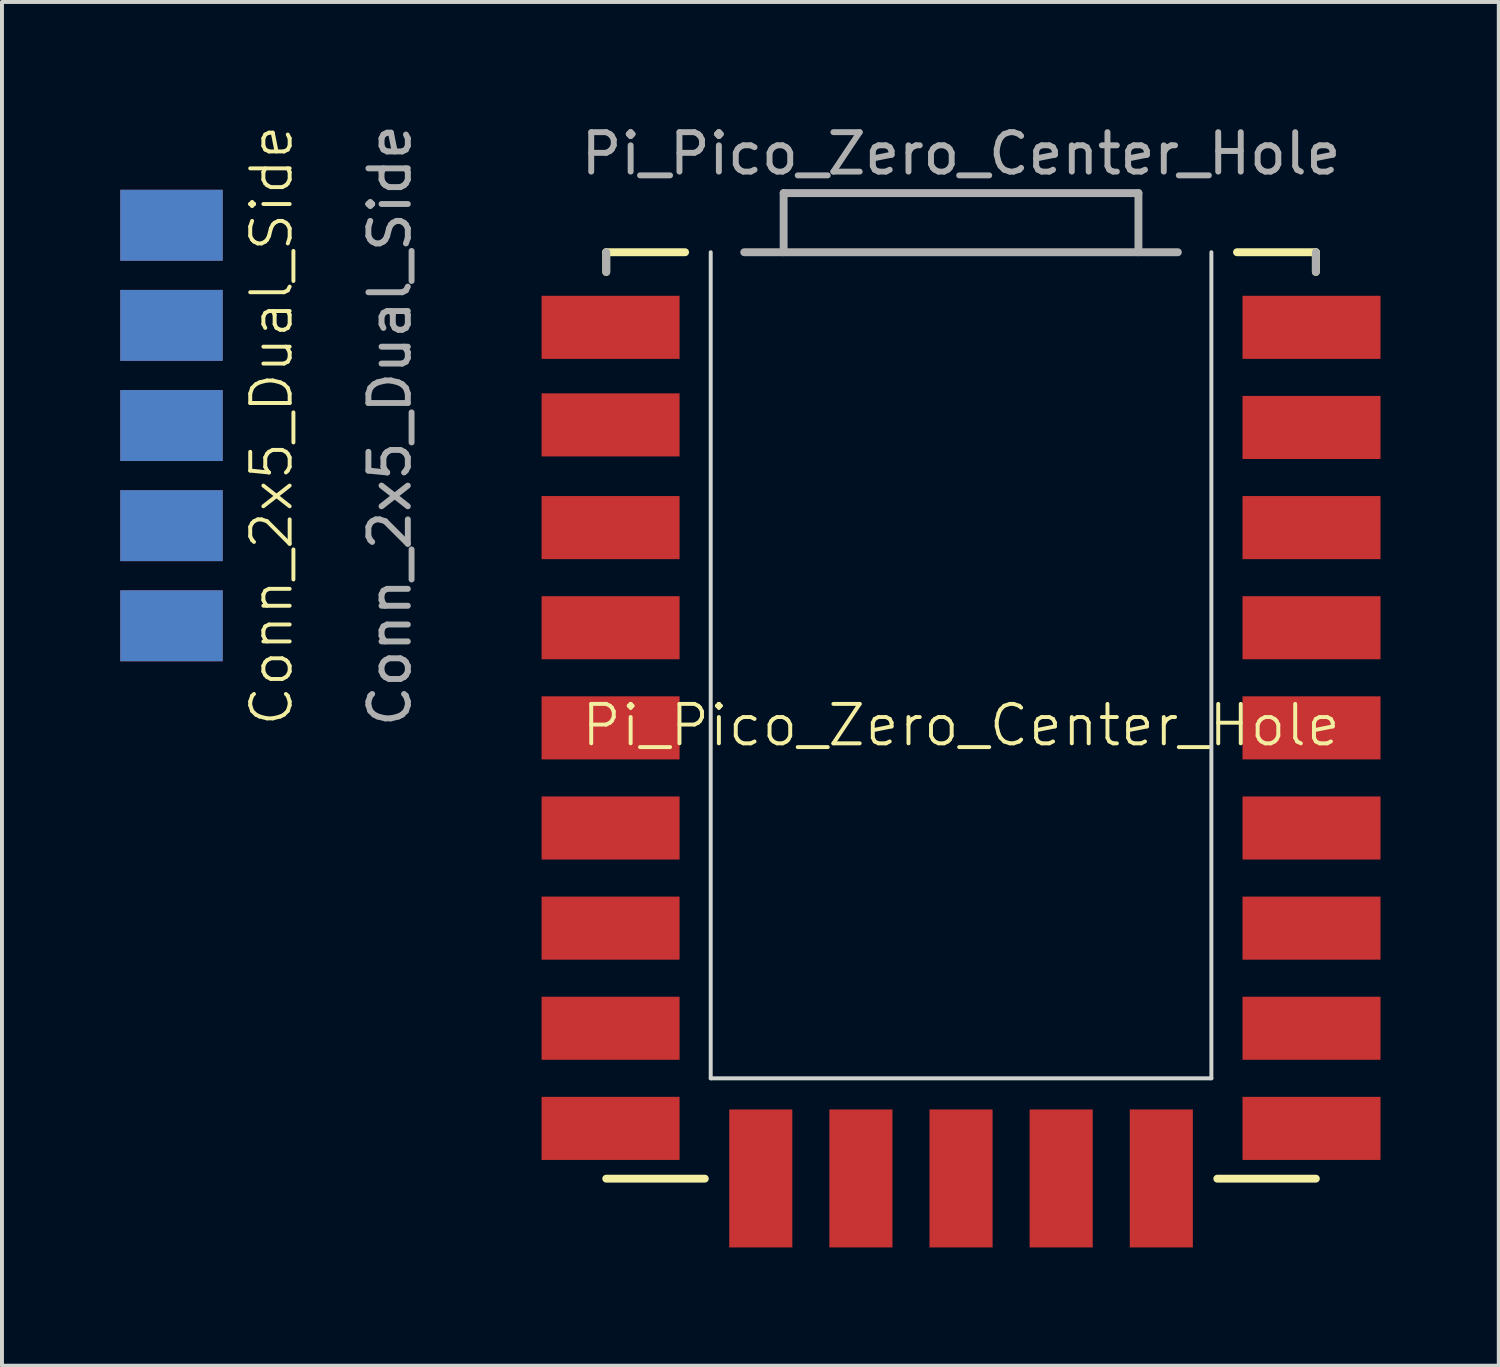
<source format=kicad_pcb>
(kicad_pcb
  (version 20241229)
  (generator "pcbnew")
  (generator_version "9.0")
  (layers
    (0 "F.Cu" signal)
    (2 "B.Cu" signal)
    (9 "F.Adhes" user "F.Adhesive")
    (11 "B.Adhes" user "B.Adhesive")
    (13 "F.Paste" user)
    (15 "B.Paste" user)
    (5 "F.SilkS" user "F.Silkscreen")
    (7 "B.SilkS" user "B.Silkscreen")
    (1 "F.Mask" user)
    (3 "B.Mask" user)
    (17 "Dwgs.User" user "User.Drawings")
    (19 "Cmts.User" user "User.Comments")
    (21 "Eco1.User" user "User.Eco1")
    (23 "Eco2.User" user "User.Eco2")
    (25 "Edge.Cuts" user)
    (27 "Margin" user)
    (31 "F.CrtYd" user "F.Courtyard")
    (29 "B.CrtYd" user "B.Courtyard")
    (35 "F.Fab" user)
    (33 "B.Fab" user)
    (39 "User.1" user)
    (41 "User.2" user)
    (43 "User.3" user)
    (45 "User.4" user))
  (footprint "Pi_Pico_Zero_Center_Hole"
    (layer "F.Cu")
    (at 21.328 15.348)
    (property "Reference" "Pi_Pico_Zero_Center_Hole" (at 0 0 0) (unlocked yes) (layer "F.SilkS") (effects (font (size 1 1) (thickness 0.1))))
    (attr smd)
    (fp_line (start -9 -12) (end -7 -12) (stroke (width 0.2) (type default)) (layer "F.SilkS"))
    (fp_line (start -9 -11.5) (end -9 -12) (stroke (width 0.2) (type default)) (layer "F.SilkS"))
    (fp_line (start -9 11.5) (end -6.5 11.5) (stroke (width 0.2) (type default)) (layer "F.SilkS"))
    (fp_line (start 6.5 11.5) (end 9 11.5) (stroke (width 0.2) (type default)) (layer "F.SilkS"))
    (fp_line (start 9 -12) (end 7 -12) (stroke (width 0.2) (type default)) (layer "F.SilkS"))
    (fp_line (start 9 -11.5) (end 9 -12) (stroke (width 0.2) (type default)) (layer "F.SilkS"))
    (fp_line (start -6.35 -12) (end -6.35 8.955) (stroke (width 0.1) (type default)) (layer "Edge.Cuts"))
    (fp_line (start -6.35 8.955) (end 6.35 8.955) (stroke (width 0.1) (type default)) (layer "Edge.Cuts"))
    (fp_line (start 6.35 8.955) (end 6.35 -12) (stroke (width 0.1) (type default)) (layer "Edge.Cuts"))
    (fp_line (start -9 -12) (end -9 -11.5) (stroke (width 0.2) (type default)) (layer "F.Fab"))
    (fp_line (start -5.5 -12) (end 5.5 -12) (stroke (width 0.2) (type default)) (layer "F.Fab"))
    (fp_line (start -4.5 -13.5) (end -4.5 -12) (stroke (width 0.2) (type default)) (layer "F.Fab"))
    (fp_line (start -4.5 -13.5) (end 4.5 -13.5) (stroke (width 0.2) (type default)) (layer "F.Fab"))
    (fp_line (start 4.5 -13.5) (end 4.5 -12) (stroke (width 0.2) (type default)) (layer "F.Fab"))
    (fp_line (start 9 -12) (end 9 -11.5) (stroke (width 0.2) (type default)) (layer "F.Fab"))
    (fp_text user "${REFERENCE}" (at 0 -14.5 0) (unlocked yes) (layer "F.Fab") (effects (font (size 1 1) (thickness 0.15))))
    (pad "1" smd rect (at -8.89 -10.095 90) (size 1.6 3.5) (layers "F.Cu" "F.Mask" "F.Paste"))
    (pad "2" smd rect (at -8.89 -7.62 90) (size 1.6 3.5) (layers "F.Cu" "F.Mask" "F.Paste"))
    (pad "3" smd rect (at -8.89 -5.015 90) (size 1.6 3.5) (layers "F.Cu" "F.Mask" "F.Paste"))
    (pad "4" smd rect (at -8.89 -2.475 90) (size 1.6 3.5) (layers "F.Cu" "F.Mask" "F.Paste"))
    (pad "5" smd rect (at -8.89 0.065 90) (size 1.6 3.5) (layers "F.Cu" "F.Mask" "F.Paste"))
    (pad "6" smd rect (at -8.89 2.605 90) (size 1.6 3.5) (layers "F.Cu" "F.Mask" "F.Paste"))
    (pad "7" smd rect (at -8.89 5.145 90) (size 1.6 3.5) (layers "F.Cu" "F.Mask" "F.Paste"))
    (pad "8" smd rect (at -8.89 7.685 90) (size 1.6 3.5) (layers "F.Cu" "F.Mask" "F.Paste"))
    (pad "9" smd rect (at -8.89 10.225 90) (size 1.6 3.5) (layers "F.Cu" "F.Mask" "F.Paste"))
    (pad "10" smd rect (at -5.08 11.495 180) (size 1.6 3.5) (layers "F.Cu" "F.Mask" "F.Paste"))
    (pad "11" smd rect (at -2.54 11.495 180) (size 1.6 3.5) (layers "F.Cu" "F.Mask" "F.Paste"))
    (pad "12" smd rect (at 0 11.495 180) (size 1.6 3.5) (layers "F.Cu" "F.Mask" "F.Paste"))
    (pad "13" smd rect (at 2.54 11.495 180) (size 1.6 3.5) (layers "F.Cu" "F.Mask" "F.Paste"))
    (pad "14" smd rect (at 5.08 11.495 180) (size 1.6 3.5) (layers "F.Cu" "F.Mask" "F.Paste"))
    (pad "15" smd rect (at 8.89 10.225 270) (size 1.6 3.5) (layers "F.Cu" "F.Mask" "F.Paste"))
    (pad "16" smd rect (at 8.89 7.685 270) (size 1.6 3.5) (layers "F.Cu" "F.Mask" "F.Paste"))
    (pad "17" smd rect (at 8.89 5.145 270) (size 1.6 3.5) (layers "F.Cu" "F.Mask" "F.Paste"))
    (pad "18" smd rect (at 8.89 2.605 270) (size 1.6 3.5) (layers "F.Cu" "F.Mask" "F.Paste"))
    (pad "19" smd rect (at 8.89 0.065 270) (size 1.6 3.5) (layers "F.Cu" "F.Mask" "F.Paste"))
    (pad "20" smd rect (at 8.89 -2.475 270) (size 1.6 3.5) (layers "F.Cu" "F.Mask" "F.Paste"))
    (pad "21" smd rect (at 8.89 -5.015 270) (size 1.6 3.5) (layers "F.Cu" "F.Mask" "F.Paste"))
    (pad "22" smd rect (at 8.89 -7.555 270) (size 1.6 3.5) (layers "F.Cu" "F.Mask" "F.Paste"))
    (pad "23" smd rect (at 8.89 -10.095 270) (size 1.6 3.5) (layers "F.Cu" "F.Mask" "F.Paste")))
  (footprint "Conn_2x5_Dual_Side"
    (layer "F.Cu")
    (at 1.3 2.664)
    (property "Reference" "Conn_2x5_Dual_Side" (at 2.54 5.08 90) (unlocked yes) (layer "F.SilkS") (effects (font (size 1 1) (thickness 0.1))))
    (attr smd)
    (fp_text user "${REFERENCE}" (at 5.54 5.08 90) (unlocked yes) (layer "F.Fab") (effects (font (size 1 1) (thickness 0.15))))
    (pad "a1" smd rect (at 0 0) (size 2.6 1.8) (layers "F.Cu" "F.Mask" "F.Paste"))
    (pad "a2" smd rect (at 0 2.54) (size 2.6 1.8) (layers "F.Cu" "F.Mask" "F.Paste"))
    (pad "a3" smd rect (at 0 5.08) (size 2.6 1.8) (layers "F.Cu" "F.Mask" "F.Paste"))
    (pad "a4" smd rect (at 0 7.62) (size 2.6 1.8) (layers "F.Cu" "F.Mask" "F.Paste"))
    (pad "a5" smd rect (at 0 10.16) (size 2.6 1.8) (layers "F.Cu" "F.Mask" "F.Paste"))
    (pad "b1" smd rect (at 0 0) (size 2.6 1.8) (layers "B.Cu" "B.Mask" "B.Paste"))
    (pad "b2" smd rect (at 0 2.54) (size 2.6 1.8) (layers "B.Cu" "B.Mask" "B.Paste"))
    (pad "b3" smd rect (at 0 5.08) (size 2.6 1.8) (layers "B.Cu" "B.Mask" "B.Paste"))
    (pad "b4" smd rect (at 0 7.62) (size 2.6 1.8) (layers "B.Cu" "B.Mask" "B.Paste"))
    (pad "b5" smd rect (at 0 10.16) (size 2.6 1.8) (layers "B.Cu" "B.Mask" "B.Paste")))
  (gr_rect
    (start -3 -3)
    (end 34.968 31.593)
    (stroke (width 0.1) (type default))
    (fill no)
    (layer "Edge.Cuts")))
</source>
